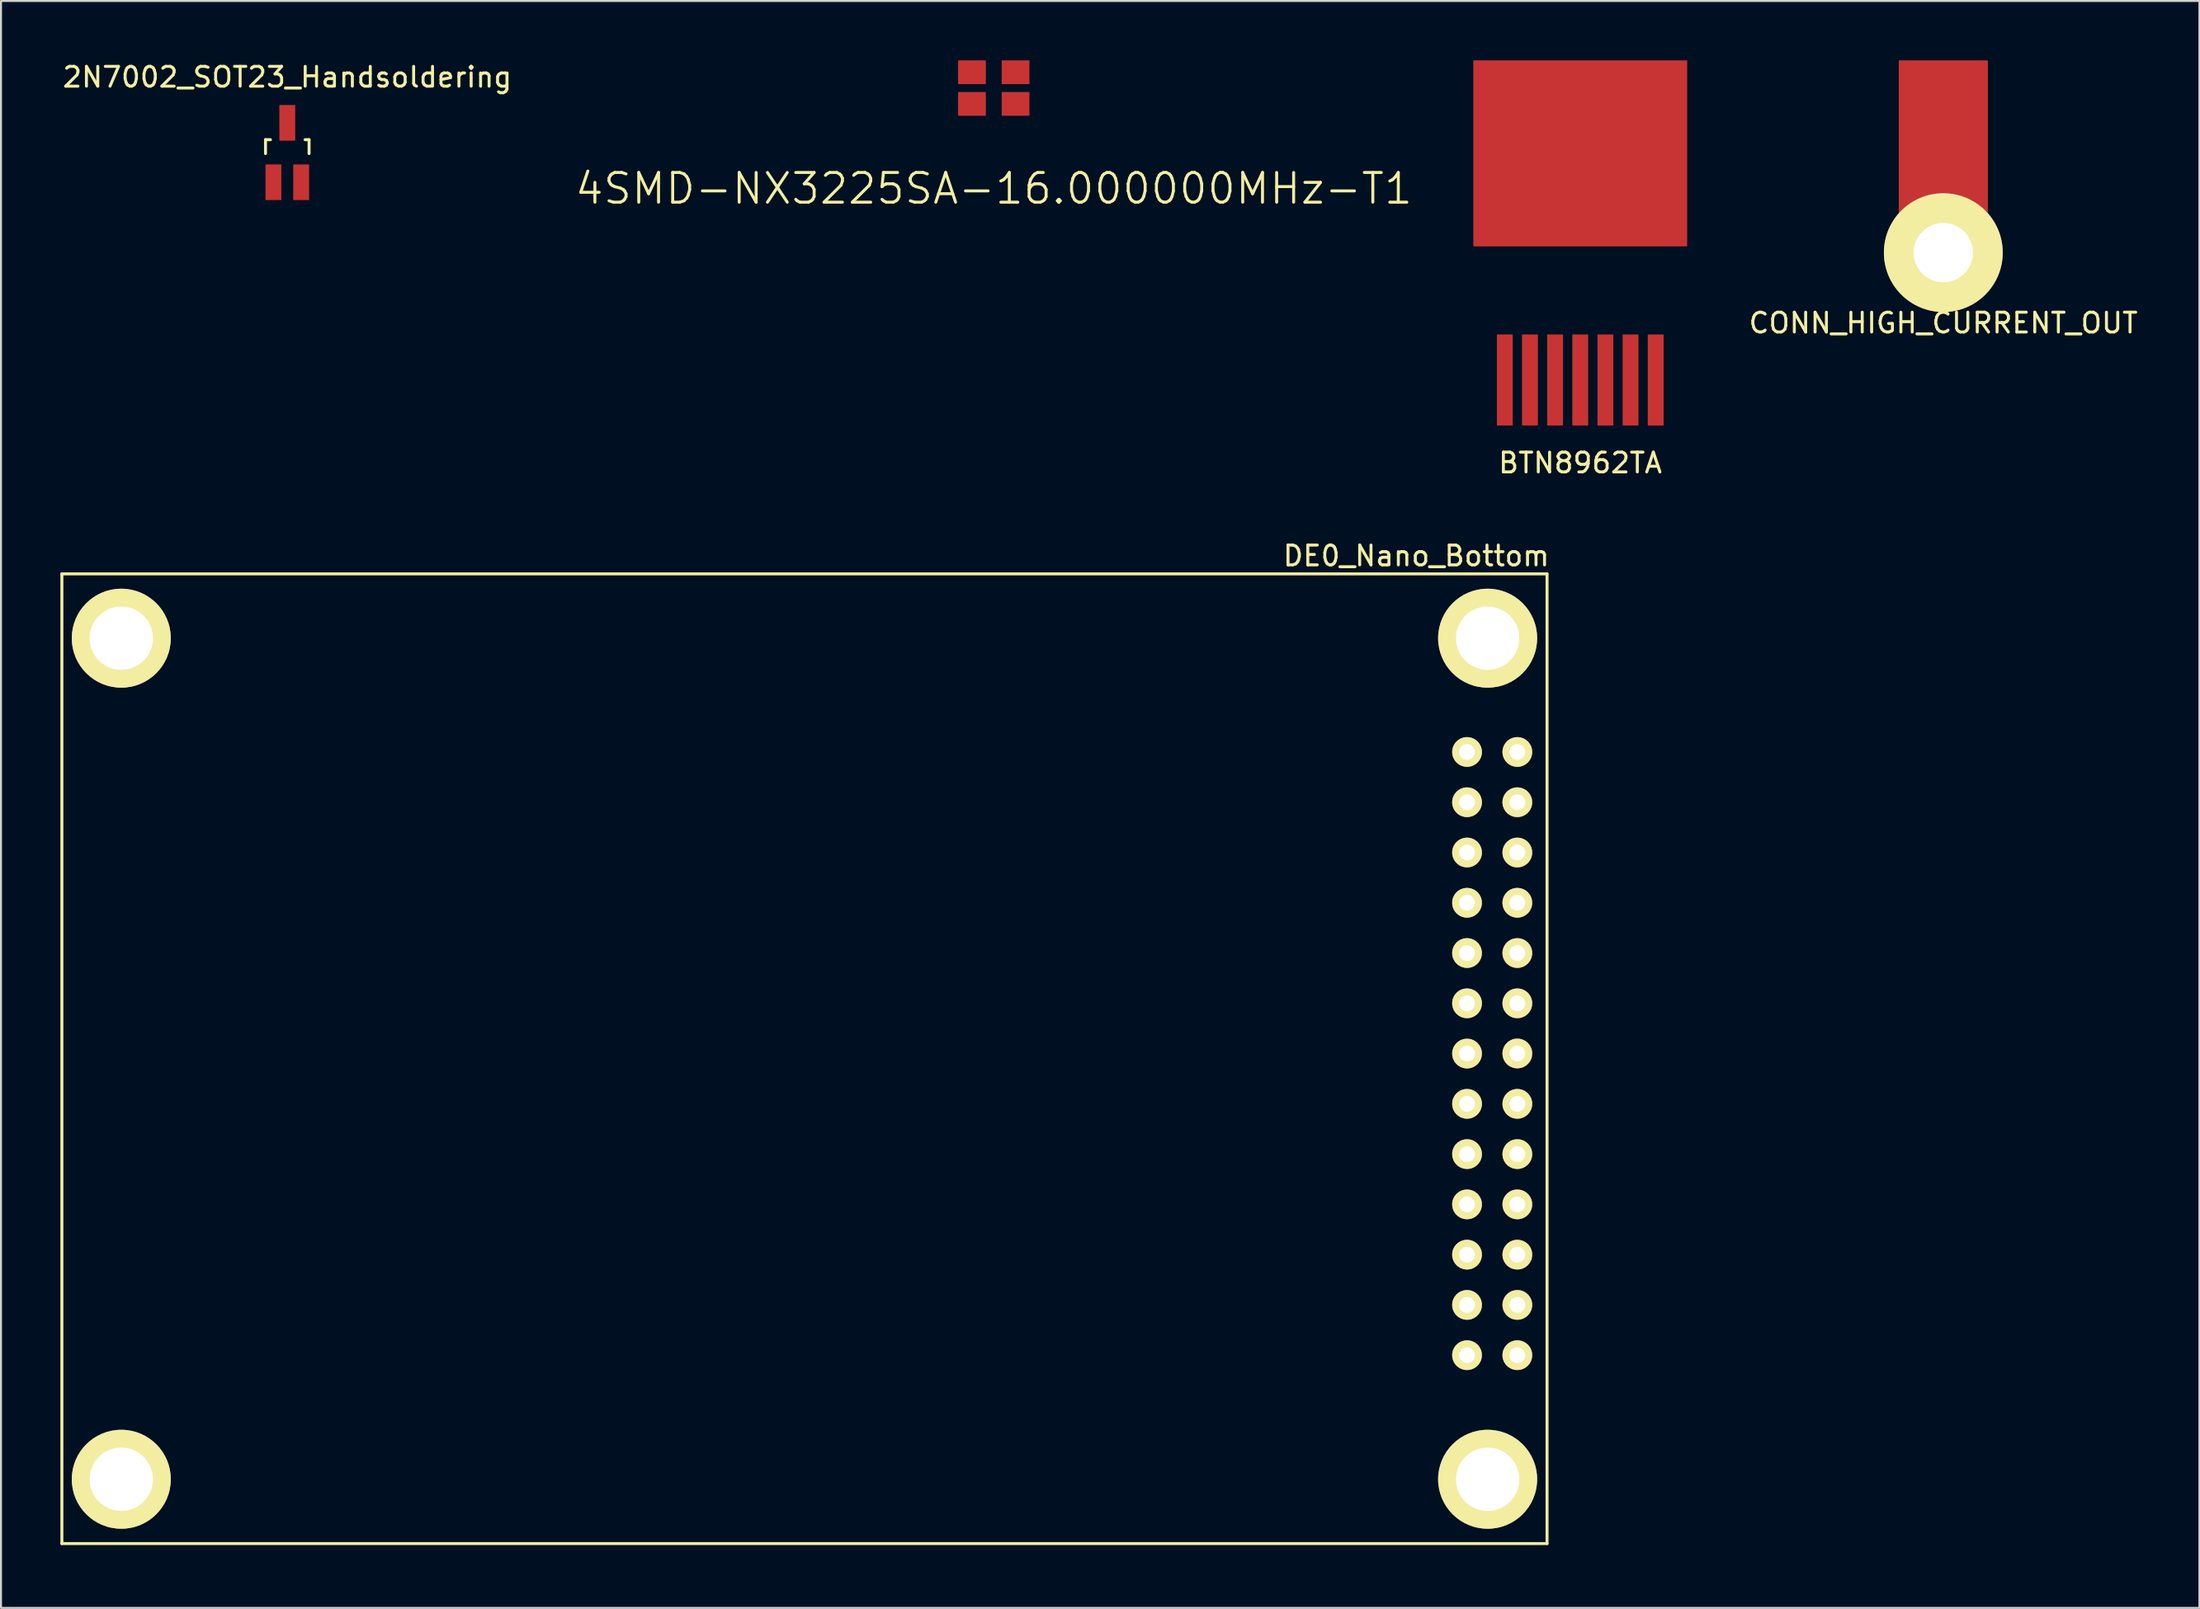
<source format=kicad_pcb>
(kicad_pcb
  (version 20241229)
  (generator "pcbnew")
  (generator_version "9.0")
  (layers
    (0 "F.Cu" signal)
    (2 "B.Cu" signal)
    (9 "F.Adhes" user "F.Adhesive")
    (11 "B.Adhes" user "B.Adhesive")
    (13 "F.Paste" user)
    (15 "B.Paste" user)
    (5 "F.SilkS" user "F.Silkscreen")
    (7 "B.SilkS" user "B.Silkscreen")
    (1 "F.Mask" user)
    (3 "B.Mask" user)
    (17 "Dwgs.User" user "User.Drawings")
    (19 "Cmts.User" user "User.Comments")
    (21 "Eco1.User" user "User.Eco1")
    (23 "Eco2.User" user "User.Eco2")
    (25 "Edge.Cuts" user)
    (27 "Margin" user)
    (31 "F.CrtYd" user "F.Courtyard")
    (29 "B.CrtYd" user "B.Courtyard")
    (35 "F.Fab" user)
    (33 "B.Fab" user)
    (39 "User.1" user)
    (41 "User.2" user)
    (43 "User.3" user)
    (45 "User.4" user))
  (footprint "CONN_HIGH_CURRENT_OUT"
    (layer "F.Cu")
    (at 95.087 9.715)
    (property "Reference" "CONN_HIGH_CURRENT_OUT" (at 0 3.556 0) (layer "F.SilkS") (effects (font (size 1 1) (thickness 0.15))))
    (attr through_hole)
    (pad "" connect rect (at 0 -5.715) (size 4.5 8) (layers "F.Cu" "F.Mask"))
    (pad "1" thru_hole circle (at 0 0) (size 6 6) (drill 3) (layers "*.Cu" "*.Mask" "F.SilkS")))
  (footprint "2N7002_SOT23_Handsoldering"
    (layer "F.Cu")
    (at 11.458 4.658)
    (property "Reference" "2N7002_SOT23_Handsoldering" (at 0 -3.81 0) (layer "F.SilkS") (effects (font (size 1 1) (thickness 0.15))))
    (attr smd)
    (fp_line (start -1.1 -0.65) (end -0.851 -0.65) (stroke (width 0.15) (type solid)) (layer "F.SilkS"))
    (fp_line (start -1.1 0.051) (end -1.1 -0.65) (stroke (width 0.15) (type solid)) (layer "F.SilkS"))
    (fp_line (start 0.899 -0.65) (end 1.1 -0.65) (stroke (width 0.15) (type solid)) (layer "F.SilkS"))
    (fp_line (start 1.1 -0.65) (end 1.1 0.051) (stroke (width 0.15) (type solid)) (layer "F.SilkS"))
    (pad "D" smd rect (at 0 -1.501) (size 0.8 1.801) (layers "F.Cu" "F.Mask" "F.Paste"))
    (pad "G" smd rect (at -0.701 1.501) (size 0.8 1.801) (layers "F.Cu" "F.Mask" "F.Paste"))
    (pad "S" smd rect (at 0.701 1.501) (size 0.8 1.801) (layers "F.Cu" "F.Mask" "F.Paste")))
  (footprint "BTN8962TA"
    (layer "F.Cu")
    (at 72.942 16.15)
    (property "Reference" "BTN8962TA" (at 3.81 4.191 0) (layer "F.SilkS") (effects (font (size 1 1) (thickness 0.15))))
    (attr through_hole)
    (pad "1" smd rect (at 0 0) (size 0.8 4.6) (layers "F.Cu" "F.Mask" "F.Paste"))
    (pad "2" smd rect (at 1.27 0) (size 0.8 4.6) (layers "F.Cu" "F.Mask" "F.Paste"))
    (pad "3" smd rect (at 2.54 0) (size 0.8 4.6) (layers "F.Cu" "F.Mask" "F.Paste"))
    (pad "4" smd rect (at 3.81 -11.45) (size 10.8 9.4) (layers "F.Cu" "F.Mask" "F.Paste"))
    (pad "4" smd rect (at 3.81 0) (size 0.8 4.6) (layers "F.Cu" "F.Mask" "F.Paste"))
    (pad "5" smd rect (at 5.08 0) (size 0.8 4.6) (layers "F.Cu" "F.Mask" "F.Paste"))
    (pad "6" smd rect (at 6.35 0) (size 0.8 4.6) (layers "F.Cu" "F.Mask" "F.Paste"))
    (pad "7" smd rect (at 7.62 0) (size 0.8 4.6) (layers "F.Cu" "F.Mask" "F.Paste")))
  (footprint "4SMD-NX3225SA-16.000000MHz-T1"
    (layer "F.Cu")
    (at 47.135 1.4)
    (property "Reference" "4SMD-NX3225SA-16.000000MHz-T1" (at 0 5.08 0) (layer "F.SilkS") (effects (font (size 1.5 1.5) (thickness 0.15))))
    (attr through_hole)
    (pad "1" smd rect (at -1.1 0.8) (size 1.4 1.2) (layers "F.Cu" "F.Mask" "F.Paste"))
    (pad "2" smd rect (at 1.1 0.8) (size 1.4 1.2) (layers "F.Cu" "F.Mask" "F.Paste"))
    (pad "3" smd rect (at 1.1 -0.8) (size 1.4 1.2) (layers "F.Cu" "F.Mask" "F.Paste"))
    (pad "4" smd rect (at -1.1 -0.8) (size 1.4 1.2) (layers "F.Cu" "F.Mask" "F.Paste")))
  (footprint "DE0_Nano_Bottom"
    (layer "F.Cu")
    (at 75.075 74.948)
    (property "Reference" "DE0_Nano_Bottom" (at -6.604 -49.911 0) (layer "F.SilkS") (effects (font (size 1 1) (thickness 0.15))))
    (attr through_hole)
    (fp_line (start -75 -49) (end 0 -49) (stroke (width 0.15) (type solid)) (layer "F.SilkS"))
    (fp_line (start -75 0) (end -75 -49) (stroke (width 0.15) (type solid)) (layer "F.SilkS"))
    (fp_line (start 0 -49) (end 0 0) (stroke (width 0.15) (type solid)) (layer "F.SilkS"))
    (fp_line (start 0 0) (end -75 0) (stroke (width 0.15) (type solid)) (layer "F.SilkS"))
    (pad "" thru_hole circle (at -72 -45.75) (size 5 5) (drill 3.2) (layers "*.Cu" "*.Mask" "F.SilkS"))
    (pad "" thru_hole circle (at -72 -3.25) (size 5 5) (drill 3.2) (layers "*.Cu" "*.Mask" "F.SilkS"))
    (pad "" thru_hole circle (at -3 -45.75) (size 5 5) (drill 3.2) (layers "*.Cu" "*.Mask" "F.SilkS"))
    (pad "" thru_hole circle (at -3 -3.25) (size 5 5) (drill 3.2) (layers "*.Cu" "*.Mask" "F.SilkS"))
    (pad "1" thru_hole circle (at -4.04 -40) (size 1.5 1.5) (drill 0.8) (layers "*.Cu" "*.Mask" "F.SilkS"))
    (pad "2" thru_hole circle (at -1.5 -40) (size 1.5 1.5) (drill 0.8) (layers "*.Cu" "*.Mask" "F.SilkS"))
    (pad "3" thru_hole circle (at -4.04 -37.46) (size 1.5 1.5) (drill 0.8) (layers "*.Cu" "*.Mask" "F.SilkS"))
    (pad "4" thru_hole circle (at -1.5 -37.46) (size 1.5 1.5) (drill 0.8) (layers "*.Cu" "*.Mask" "F.SilkS"))
    (pad "5" thru_hole circle (at -4.04 -34.92) (size 1.5 1.5) (drill 0.8) (layers "*.Cu" "*.Mask" "F.SilkS"))
    (pad "6" thru_hole circle (at -1.5 -34.92) (size 1.5 1.5) (drill 0.8) (layers "*.Cu" "*.Mask" "F.SilkS"))
    (pad "7" thru_hole circle (at -4.04 -32.38) (size 1.5 1.5) (drill 0.8) (layers "*.Cu" "*.Mask" "F.SilkS"))
    (pad "8" thru_hole circle (at -1.5 -32.38) (size 1.5 1.5) (drill 0.8) (layers "*.Cu" "*.Mask" "F.SilkS"))
    (pad "9" thru_hole circle (at -4.04 -29.84) (size 1.5 1.5) (drill 0.8) (layers "*.Cu" "*.Mask" "F.SilkS"))
    (pad "10" thru_hole circle (at -1.5 -29.84) (size 1.5 1.5) (drill 0.8) (layers "*.Cu" "*.Mask" "F.SilkS"))
    (pad "12" thru_hole circle (at -4.04 -27.3) (size 1.5 1.5) (drill 0.8) (layers "*.Cu" "*.Mask" "F.SilkS"))
    (pad "12" thru_hole circle (at -1.5 -27.3) (size 1.5 1.5) (drill 0.8) (layers "*.Cu" "*.Mask" "F.SilkS"))
    (pad "14" thru_hole circle (at -4.04 -24.76) (size 1.5 1.5) (drill 0.8) (layers "*.Cu" "*.Mask" "F.SilkS"))
    (pad "14" thru_hole circle (at -1.5 -24.765) (size 1.5 1.5) (drill 0.8) (layers "*.Cu" "*.Mask" "F.SilkS"))
    (pad "16" thru_hole circle (at -4.04 -22.22) (size 1.5 1.5) (drill 0.8) (layers "*.Cu" "*.Mask" "F.SilkS"))
    (pad "16" thru_hole circle (at -1.5 -22.22) (size 1.5 1.5) (drill 0.8) (layers "*.Cu" "*.Mask" "F.SilkS"))
    (pad "18" thru_hole circle (at -4.04 -19.68) (size 1.5 1.5) (drill 0.8) (layers "*.Cu" "*.Mask" "F.SilkS"))
    (pad "18" thru_hole circle (at -1.5 -19.68) (size 1.5 1.5) (drill 0.8) (layers "*.Cu" "*.Mask" "F.SilkS"))
    (pad "19" thru_hole circle (at -4.04 -17.14) (size 1.5 1.5) (drill 0.8) (layers "*.Cu" "*.Mask" "F.SilkS"))
    (pad "20" thru_hole circle (at -1.5 -17.14) (size 1.5 1.5) (drill 0.8) (layers "*.Cu" "*.Mask" "F.SilkS"))
    (pad "21" thru_hole circle (at -4.04 -14.6) (size 1.5 1.5) (drill 0.8) (layers "*.Cu" "*.Mask" "F.SilkS"))
    (pad "22" thru_hole circle (at -1.5 -14.6) (size 1.5 1.5) (drill 0.8) (layers "*.Cu" "*.Mask" "F.SilkS"))
    (pad "23" thru_hole circle (at -4.04 -12.06) (size 1.5 1.5) (drill 0.8) (layers "*.Cu" "*.Mask" "F.SilkS"))
    (pad "24" thru_hole circle (at -1.5 -12.06) (size 1.5 1.5) (drill 0.8) (layers "*.Cu" "*.Mask" "F.SilkS"))
    (pad "25" thru_hole circle (at -4.04 -9.52) (size 1.5 1.5) (drill 0.8) (layers "*.Cu" "*.Mask" "F.SilkS"))
    (pad "26" thru_hole circle (at -1.5 -9.52) (size 1.5 1.5) (drill 0.8) (layers "*.Cu" "*.Mask" "F.SilkS")))
  (gr_rect
    (start -3 -3)
    (end 108.021 78.198)
    (stroke (width 0.1) (type default))
    (fill no)
    (layer "Edge.Cuts")))
</source>
